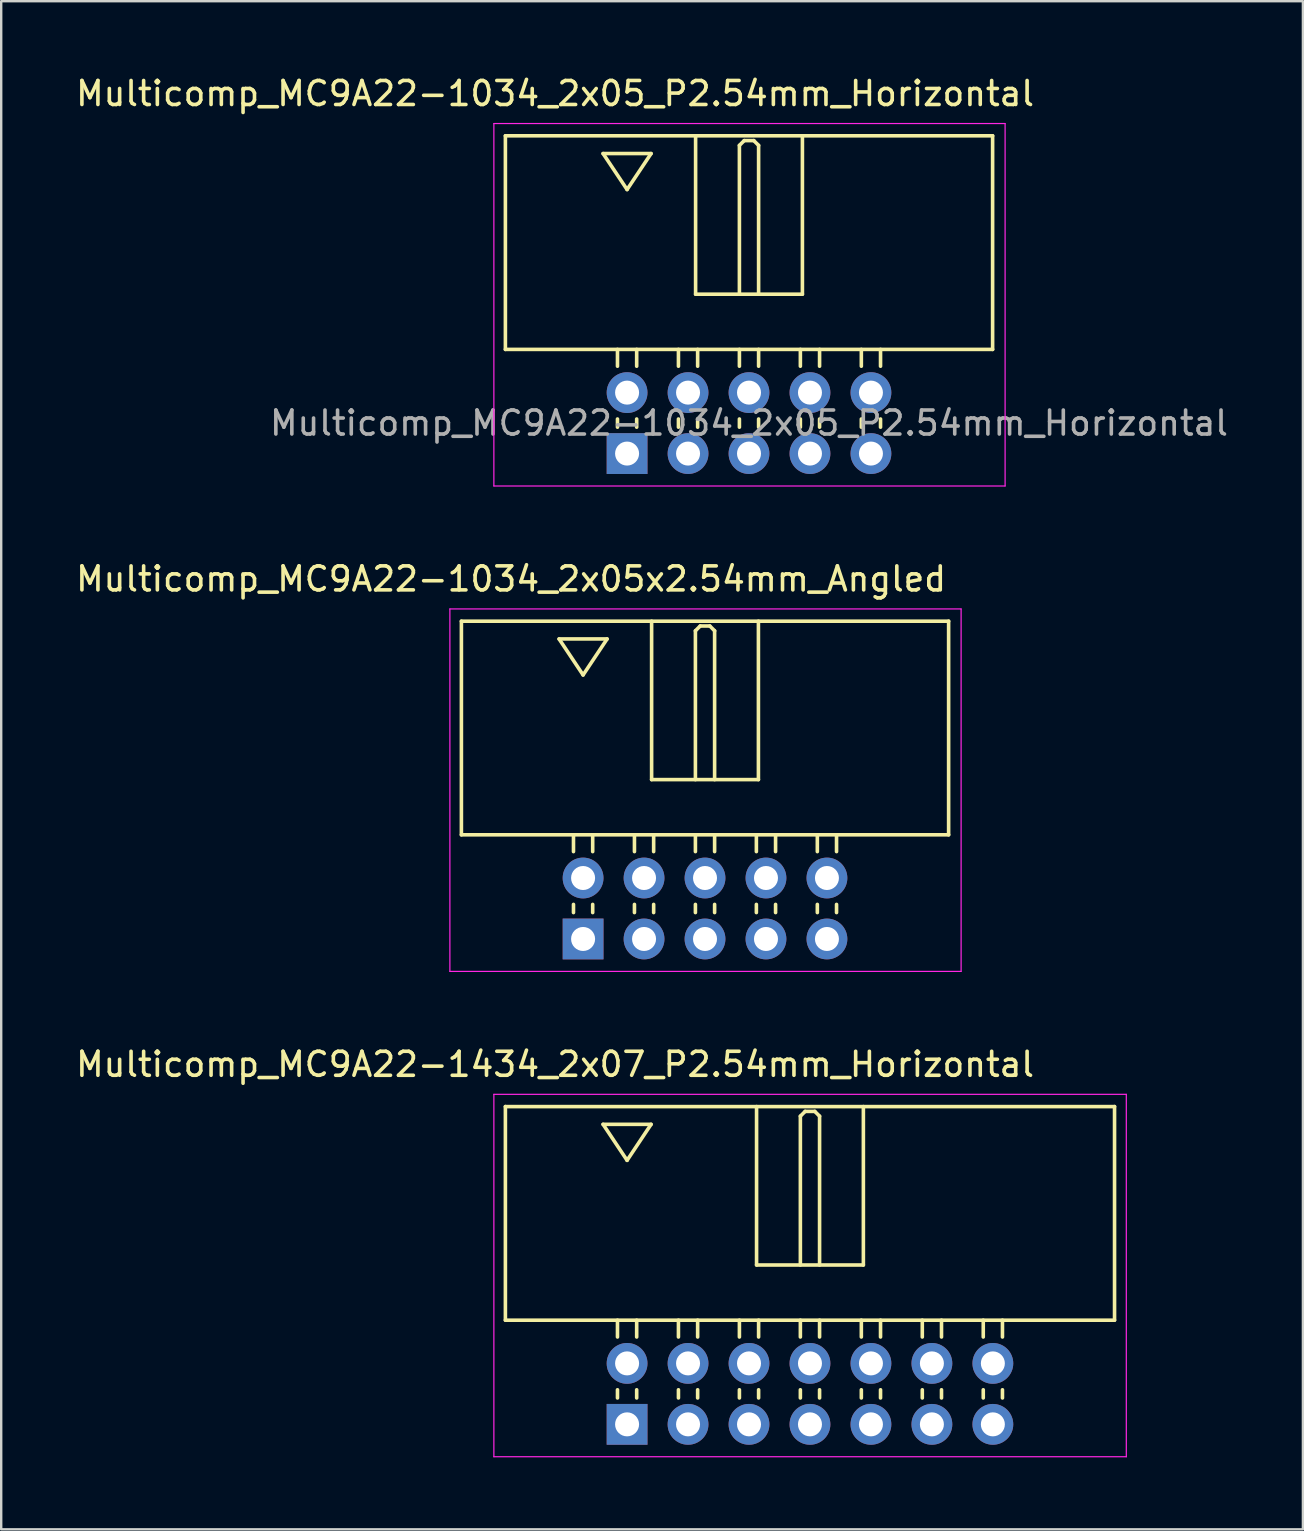
<source format=kicad_pcb>
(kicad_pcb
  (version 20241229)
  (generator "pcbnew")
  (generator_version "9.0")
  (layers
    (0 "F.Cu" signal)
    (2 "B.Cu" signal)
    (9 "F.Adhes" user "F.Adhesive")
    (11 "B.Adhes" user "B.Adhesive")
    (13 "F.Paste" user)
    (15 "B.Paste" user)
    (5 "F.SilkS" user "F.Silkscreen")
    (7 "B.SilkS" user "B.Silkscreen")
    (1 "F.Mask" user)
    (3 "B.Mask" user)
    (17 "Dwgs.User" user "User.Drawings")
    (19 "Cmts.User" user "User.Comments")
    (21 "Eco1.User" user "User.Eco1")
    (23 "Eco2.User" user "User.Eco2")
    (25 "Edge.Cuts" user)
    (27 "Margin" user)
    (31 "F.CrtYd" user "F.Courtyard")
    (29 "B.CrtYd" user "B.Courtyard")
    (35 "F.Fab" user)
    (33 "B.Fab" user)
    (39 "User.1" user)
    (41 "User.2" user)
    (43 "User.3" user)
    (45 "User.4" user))
  (footprint "Multicomp_MC9A22-1434_2x07_P2.54mm_Horizontal"
    (layer "F.Cu")
    (at 23.077 56.295)
    (property "Reference" "Multicomp_MC9A22-1434_2x07_P2.54mm_Horizontal" (at -3 -15 0) (layer "F.SilkS") (effects (font (size 1 1) (thickness 0.15))))
    (attr through_hole)
    (fp_line (start -5.07 -13.24) (end 20.31 -13.24) (stroke (width 0.15) (type solid)) (layer "F.SilkS"))
    (fp_line (start -5.07 -4.34) (end -5.07 -13.24) (stroke (width 0.15) (type solid)) (layer "F.SilkS"))
    (fp_line (start -1 -12.5) (end 1 -12.5) (stroke (width 0.15) (type solid)) (layer "F.SilkS"))
    (fp_line (start -0.4 -3.64) (end -0.4 -4.34) (stroke (width 0.15) (type solid)) (layer "F.SilkS"))
    (fp_line (start -0.4 -1.1) (end -0.4 -1.44) (stroke (width 0.15) (type solid)) (layer "F.SilkS"))
    (fp_line (start 0 -11) (end -1 -12.5) (stroke (width 0.15) (type solid)) (layer "F.SilkS"))
    (fp_line (start 0.4 -3.64) (end 0.4 -4.34) (stroke (width 0.15) (type solid)) (layer "F.SilkS"))
    (fp_line (start 0.4 -1.1) (end 0.4 -1.44) (stroke (width 0.15) (type solid)) (layer "F.SilkS"))
    (fp_line (start 1 -12.5) (end 0 -11) (stroke (width 0.15) (type solid)) (layer "F.SilkS"))
    (fp_line (start 2.14 -3.64) (end 2.14 -4.34) (stroke (width 0.15) (type solid)) (layer "F.SilkS"))
    (fp_line (start 2.14 -1.1) (end 2.14 -1.44) (stroke (width 0.15) (type solid)) (layer "F.SilkS"))
    (fp_line (start 2.94 -3.64) (end 2.94 -4.34) (stroke (width 0.15) (type solid)) (layer "F.SilkS"))
    (fp_line (start 2.94 -1.1) (end 2.94 -1.44) (stroke (width 0.15) (type solid)) (layer "F.SilkS"))
    (fp_line (start 4.68 -3.64) (end 4.68 -4.34) (stroke (width 0.15) (type solid)) (layer "F.SilkS"))
    (fp_line (start 4.68 -1.1) (end 4.68 -1.44) (stroke (width 0.15) (type solid)) (layer "F.SilkS"))
    (fp_line (start 5.395 -13.24) (end 5.395 -6.64) (stroke (width 0.15) (type solid)) (layer "F.SilkS"))
    (fp_line (start 5.395 -6.64) (end 9.845 -6.64) (stroke (width 0.15) (type solid)) (layer "F.SilkS"))
    (fp_line (start 5.48 -3.64) (end 5.48 -4.34) (stroke (width 0.15) (type solid)) (layer "F.SilkS"))
    (fp_line (start 5.48 -1.1) (end 5.48 -1.44) (stroke (width 0.15) (type solid)) (layer "F.SilkS"))
    (fp_line (start 7.22 -12.84) (end 7.42 -13.04) (stroke (width 0.15) (type solid)) (layer "F.SilkS"))
    (fp_line (start 7.22 -6.64) (end 7.22 -12.84) (stroke (width 0.15) (type solid)) (layer "F.SilkS"))
    (fp_line (start 7.22 -3.64) (end 7.22 -4.34) (stroke (width 0.15) (type solid)) (layer "F.SilkS"))
    (fp_line (start 7.22 -1.1) (end 7.22 -1.44) (stroke (width 0.15) (type solid)) (layer "F.SilkS"))
    (fp_line (start 7.42 -13.04) (end 7.82 -13.04) (stroke (width 0.15) (type solid)) (layer "F.SilkS"))
    (fp_line (start 7.82 -13.04) (end 8.02 -12.84) (stroke (width 0.15) (type solid)) (layer "F.SilkS"))
    (fp_line (start 8.02 -12.84) (end 8.02 -6.64) (stroke (width 0.15) (type solid)) (layer "F.SilkS"))
    (fp_line (start 8.02 -3.64) (end 8.02 -4.34) (stroke (width 0.15) (type solid)) (layer "F.SilkS"))
    (fp_line (start 8.02 -1.1) (end 8.02 -1.44) (stroke (width 0.15) (type solid)) (layer "F.SilkS"))
    (fp_line (start 9.76 -3.64) (end 9.76 -4.34) (stroke (width 0.15) (type solid)) (layer "F.SilkS"))
    (fp_line (start 9.76 -1.1) (end 9.76 -1.44) (stroke (width 0.15) (type solid)) (layer "F.SilkS"))
    (fp_line (start 9.845 -6.64) (end 9.845 -13.24) (stroke (width 0.15) (type solid)) (layer "F.SilkS"))
    (fp_line (start 10.56 -3.64) (end 10.56 -4.34) (stroke (width 0.15) (type solid)) (layer "F.SilkS"))
    (fp_line (start 10.56 -1.1) (end 10.56 -1.44) (stroke (width 0.15) (type solid)) (layer "F.SilkS"))
    (fp_line (start 12.3 -3.64) (end 12.3 -4.34) (stroke (width 0.15) (type solid)) (layer "F.SilkS"))
    (fp_line (start 12.3 -1.1) (end 12.3 -1.44) (stroke (width 0.15) (type solid)) (layer "F.SilkS"))
    (fp_line (start 13.1 -3.64) (end 13.1 -4.34) (stroke (width 0.15) (type solid)) (layer "F.SilkS"))
    (fp_line (start 13.1 -1.1) (end 13.1 -1.44) (stroke (width 0.15) (type solid)) (layer "F.SilkS"))
    (fp_line (start 14.84 -3.64) (end 14.84 -4.34) (stroke (width 0.15) (type solid)) (layer "F.SilkS"))
    (fp_line (start 14.84 -1.1) (end 14.84 -1.44) (stroke (width 0.15) (type solid)) (layer "F.SilkS"))
    (fp_line (start 15.64 -3.64) (end 15.64 -4.34) (stroke (width 0.15) (type solid)) (layer "F.SilkS"))
    (fp_line (start 15.64 -1.1) (end 15.64 -1.44) (stroke (width 0.15) (type solid)) (layer "F.SilkS"))
    (fp_line (start 20.31 -13.24) (end 20.31 -4.34) (stroke (width 0.15) (type solid)) (layer "F.SilkS"))
    (fp_line (start 20.31 -4.34) (end -5.07 -4.34) (stroke (width 0.15) (type solid)) (layer "F.SilkS"))
    (fp_line (start -5.55 -13.75) (end 20.8 -13.75) (stroke (width 0.05) (type solid)) (layer "F.CrtYd"))
    (fp_line (start -5.55 1.35) (end -5.55 -13.75) (stroke (width 0.05) (type solid)) (layer "F.CrtYd"))
    (fp_line (start 20.8 -13.75) (end 20.8 1.35) (stroke (width 0.05) (type solid)) (layer "F.CrtYd"))
    (fp_line (start 20.8 1.35) (end -5.55 1.35) (stroke (width 0.05) (type solid)) (layer "F.CrtYd"))
    (pad "1" thru_hole rect (at 0 0) (size 1.7 1.7) (drill 1) (layers "*.Cu" "*.Mask"))
    (pad "2" thru_hole circle (at 0 -2.54) (size 1.7 1.7) (drill 1) (layers "*.Cu" "*.Mask"))
    (pad "3" thru_hole circle (at 2.54 0) (size 1.7 1.7) (drill 1) (layers "*.Cu" "*.Mask"))
    (pad "4" thru_hole circle (at 2.54 -2.54) (size 1.7 1.7) (drill 1) (layers "*.Cu" "*.Mask"))
    (pad "5" thru_hole circle (at 5.08 0) (size 1.7 1.7) (drill 1) (layers "*.Cu" "*.Mask"))
    (pad "6" thru_hole circle (at 5.08 -2.54) (size 1.7 1.7) (drill 1) (layers "*.Cu" "*.Mask"))
    (pad "7" thru_hole circle (at 7.62 0) (size 1.7 1.7) (drill 1) (layers "*.Cu" "*.Mask"))
    (pad "8" thru_hole circle (at 7.62 -2.54) (size 1.7 1.7) (drill 1) (layers "*.Cu" "*.Mask"))
    (pad "9" thru_hole circle (at 10.16 0) (size 1.7 1.7) (drill 1) (layers "*.Cu" "*.Mask"))
    (pad "10" thru_hole circle (at 10.16 -2.54) (size 1.7 1.7) (drill 1) (layers "*.Cu" "*.Mask"))
    (pad "11" thru_hole circle (at 12.7 0) (size 1.7 1.7) (drill 1) (layers "*.Cu" "*.Mask"))
    (pad "12" thru_hole circle (at 12.7 -2.54) (size 1.7 1.7) (drill 1) (layers "*.Cu" "*.Mask"))
    (pad "13" thru_hole circle (at 15.24 0) (size 1.7 1.7) (drill 1) (layers "*.Cu" "*.Mask"))
    (pad "14" thru_hole circle (at 15.24 -2.54) (size 1.7 1.7) (drill 1) (layers "*.Cu" "*.Mask")))
  (footprint "Multicomp_MC9A22-1034_2x05_P2.54mm_Horizontal"
    (layer "F.Cu")
    (at 23.077 15.848)
    (property "Reference" "Multicomp_MC9A22-1034_2x05_P2.54mm_Horizontal" (at -3 -15 0) (layer "F.SilkS") (effects (font (size 1 1) (thickness 0.15))))
    (attr through_hole)
    (fp_line (start -5.07 -13.24) (end 15.23 -13.24) (stroke (width 0.15) (type solid)) (layer "F.SilkS"))
    (fp_line (start -5.07 -4.34) (end -5.07 -13.24) (stroke (width 0.15) (type solid)) (layer "F.SilkS"))
    (fp_line (start -1 -12.5) (end 1 -12.5) (stroke (width 0.15) (type solid)) (layer "F.SilkS"))
    (fp_line (start -0.4 -3.64) (end -0.4 -4.34) (stroke (width 0.15) (type solid)) (layer "F.SilkS"))
    (fp_line (start -0.4 -1.1) (end -0.4 -1.44) (stroke (width 0.15) (type solid)) (layer "F.SilkS"))
    (fp_line (start 0 -11) (end -1 -12.5) (stroke (width 0.15) (type solid)) (layer "F.SilkS"))
    (fp_line (start 0.4 -3.64) (end 0.4 -4.34) (stroke (width 0.15) (type solid)) (layer "F.SilkS"))
    (fp_line (start 0.4 -1.1) (end 0.4 -1.44) (stroke (width 0.15) (type solid)) (layer "F.SilkS"))
    (fp_line (start 1 -12.5) (end 0 -11) (stroke (width 0.15) (type solid)) (layer "F.SilkS"))
    (fp_line (start 2.14 -3.64) (end 2.14 -4.34) (stroke (width 0.15) (type solid)) (layer "F.SilkS"))
    (fp_line (start 2.14 -1.1) (end 2.14 -1.44) (stroke (width 0.15) (type solid)) (layer "F.SilkS"))
    (fp_line (start 2.855 -13.24) (end 2.855 -6.64) (stroke (width 0.15) (type solid)) (layer "F.SilkS"))
    (fp_line (start 2.855 -6.64) (end 7.305 -6.64) (stroke (width 0.15) (type solid)) (layer "F.SilkS"))
    (fp_line (start 2.94 -3.64) (end 2.94 -4.34) (stroke (width 0.15) (type solid)) (layer "F.SilkS"))
    (fp_line (start 2.94 -1.1) (end 2.94 -1.44) (stroke (width 0.15) (type solid)) (layer "F.SilkS"))
    (fp_line (start 4.68 -12.84) (end 4.88 -13.04) (stroke (width 0.15) (type solid)) (layer "F.SilkS"))
    (fp_line (start 4.68 -6.64) (end 4.68 -12.84) (stroke (width 0.15) (type solid)) (layer "F.SilkS"))
    (fp_line (start 4.68 -3.64) (end 4.68 -4.34) (stroke (width 0.15) (type solid)) (layer "F.SilkS"))
    (fp_line (start 4.68 -1.1) (end 4.68 -1.44) (stroke (width 0.15) (type solid)) (layer "F.SilkS"))
    (fp_line (start 4.88 -13.04) (end 5.28 -13.04) (stroke (width 0.15) (type solid)) (layer "F.SilkS"))
    (fp_line (start 5.28 -13.04) (end 5.48 -12.84) (stroke (width 0.15) (type solid)) (layer "F.SilkS"))
    (fp_line (start 5.48 -12.84) (end 5.48 -6.64) (stroke (width 0.15) (type solid)) (layer "F.SilkS"))
    (fp_line (start 5.48 -3.64) (end 5.48 -4.34) (stroke (width 0.15) (type solid)) (layer "F.SilkS"))
    (fp_line (start 5.48 -1.1) (end 5.48 -1.44) (stroke (width 0.15) (type solid)) (layer "F.SilkS"))
    (fp_line (start 7.22 -3.64) (end 7.22 -4.34) (stroke (width 0.15) (type solid)) (layer "F.SilkS"))
    (fp_line (start 7.22 -1.1) (end 7.22 -1.44) (stroke (width 0.15) (type solid)) (layer "F.SilkS"))
    (fp_line (start 7.305 -6.64) (end 7.305 -13.24) (stroke (width 0.15) (type solid)) (layer "F.SilkS"))
    (fp_line (start 8.02 -3.64) (end 8.02 -4.34) (stroke (width 0.15) (type solid)) (layer "F.SilkS"))
    (fp_line (start 8.02 -1.1) (end 8.02 -1.44) (stroke (width 0.15) (type solid)) (layer "F.SilkS"))
    (fp_line (start 9.76 -3.64) (end 9.76 -4.34) (stroke (width 0.15) (type solid)) (layer "F.SilkS"))
    (fp_line (start 9.76 -1.1) (end 9.76 -1.44) (stroke (width 0.15) (type solid)) (layer "F.SilkS"))
    (fp_line (start 10.56 -3.64) (end 10.56 -4.34) (stroke (width 0.15) (type solid)) (layer "F.SilkS"))
    (fp_line (start 10.56 -1.1) (end 10.56 -1.44) (stroke (width 0.15) (type solid)) (layer "F.SilkS"))
    (fp_line (start 15.23 -13.24) (end 15.23 -4.34) (stroke (width 0.15) (type solid)) (layer "F.SilkS"))
    (fp_line (start 15.23 -4.34) (end -5.07 -4.34) (stroke (width 0.15) (type solid)) (layer "F.SilkS"))
    (fp_line (start -5.55 -13.75) (end 15.75 -13.75) (stroke (width 0.05) (type solid)) (layer "F.CrtYd"))
    (fp_line (start -5.55 1.35) (end -5.55 -13.75) (stroke (width 0.05) (type solid)) (layer "F.CrtYd"))
    (fp_line (start 15.75 -13.75) (end 15.75 1.35) (stroke (width 0.05) (type solid)) (layer "F.CrtYd"))
    (fp_line (start 15.75 1.35) (end -5.55 1.35) (stroke (width 0.05) (type solid)) (layer "F.CrtYd"))
    (fp_text user "${REFERENCE}" (at 5.08 -1.27 0) (layer "F.Fab") (effects (font (size 1 1) (thickness 0.15))))
    (pad "1" thru_hole rect (at 0 0) (size 1.7 1.7) (drill 1) (layers "*.Cu" "*.Mask"))
    (pad "2" thru_hole circle (at 0 -2.54) (size 1.7 1.7) (drill 1) (layers "*.Cu" "*.Mask"))
    (pad "3" thru_hole circle (at 2.54 0) (size 1.7 1.7) (drill 1) (layers "*.Cu" "*.Mask"))
    (pad "4" thru_hole circle (at 2.54 -2.54) (size 1.7 1.7) (drill 1) (layers "*.Cu" "*.Mask"))
    (pad "5" thru_hole circle (at 5.08 0) (size 1.7 1.7) (drill 1) (layers "*.Cu" "*.Mask"))
    (pad "6" thru_hole circle (at 5.08 -2.54) (size 1.7 1.7) (drill 1) (layers "*.Cu" "*.Mask"))
    (pad "7" thru_hole circle (at 7.62 0) (size 1.7 1.7) (drill 1) (layers "*.Cu" "*.Mask"))
    (pad "8" thru_hole circle (at 7.62 -2.54) (size 1.7 1.7) (drill 1) (layers "*.Cu" "*.Mask"))
    (pad "9" thru_hole circle (at 10.16 0) (size 1.7 1.7) (drill 1) (layers "*.Cu" "*.Mask"))
    (pad "10" thru_hole circle (at 10.16 -2.54) (size 1.7 1.7) (drill 1) (layers "*.Cu" "*.Mask")))
  (footprint "Multicomp_MC9A22-1034_2x05x2.54mm_Angled"
    (layer "F.Cu")
    (at 21.244 36.072)
    (property "Reference" "Multicomp_MC9A22-1034_2x05x2.54mm_Angled" (at -3 -15 0) (layer "F.SilkS") (effects (font (size 1 1) (thickness 0.15))))
    (attr through_hole)
    (fp_line (start -5.07 -13.24) (end 15.23 -13.24) (stroke (width 0.15) (type solid)) (layer "F.SilkS"))
    (fp_line (start -5.07 -4.34) (end -5.07 -13.24) (stroke (width 0.15) (type solid)) (layer "F.SilkS"))
    (fp_line (start -1 -12.5) (end 1 -12.5) (stroke (width 0.15) (type solid)) (layer "F.SilkS"))
    (fp_line (start -0.4 -3.64) (end -0.4 -4.34) (stroke (width 0.15) (type solid)) (layer "F.SilkS"))
    (fp_line (start -0.4 -1.1) (end -0.4 -1.44) (stroke (width 0.15) (type solid)) (layer "F.SilkS"))
    (fp_line (start 0 -11) (end -1 -12.5) (stroke (width 0.15) (type solid)) (layer "F.SilkS"))
    (fp_line (start 0.4 -3.64) (end 0.4 -4.34) (stroke (width 0.15) (type solid)) (layer "F.SilkS"))
    (fp_line (start 0.4 -1.1) (end 0.4 -1.44) (stroke (width 0.15) (type solid)) (layer "F.SilkS"))
    (fp_line (start 1 -12.5) (end 0 -11) (stroke (width 0.15) (type solid)) (layer "F.SilkS"))
    (fp_line (start 2.14 -3.64) (end 2.14 -4.34) (stroke (width 0.15) (type solid)) (layer "F.SilkS"))
    (fp_line (start 2.14 -1.1) (end 2.14 -1.44) (stroke (width 0.15) (type solid)) (layer "F.SilkS"))
    (fp_line (start 2.855 -13.24) (end 2.855 -6.64) (stroke (width 0.15) (type solid)) (layer "F.SilkS"))
    (fp_line (start 2.855 -6.64) (end 7.305 -6.64) (stroke (width 0.15) (type solid)) (layer "F.SilkS"))
    (fp_line (start 2.94 -3.64) (end 2.94 -4.34) (stroke (width 0.15) (type solid)) (layer "F.SilkS"))
    (fp_line (start 2.94 -1.1) (end 2.94 -1.44) (stroke (width 0.15) (type solid)) (layer "F.SilkS"))
    (fp_line (start 4.68 -12.84) (end 4.88 -13.04) (stroke (width 0.15) (type solid)) (layer "F.SilkS"))
    (fp_line (start 4.68 -6.64) (end 4.68 -12.84) (stroke (width 0.15) (type solid)) (layer "F.SilkS"))
    (fp_line (start 4.68 -3.64) (end 4.68 -4.34) (stroke (width 0.15) (type solid)) (layer "F.SilkS"))
    (fp_line (start 4.68 -1.1) (end 4.68 -1.44) (stroke (width 0.15) (type solid)) (layer "F.SilkS"))
    (fp_line (start 4.88 -13.04) (end 5.28 -13.04) (stroke (width 0.15) (type solid)) (layer "F.SilkS"))
    (fp_line (start 5.28 -13.04) (end 5.48 -12.84) (stroke (width 0.15) (type solid)) (layer "F.SilkS"))
    (fp_line (start 5.48 -12.84) (end 5.48 -6.64) (stroke (width 0.15) (type solid)) (layer "F.SilkS"))
    (fp_line (start 5.48 -3.64) (end 5.48 -4.34) (stroke (width 0.15) (type solid)) (layer "F.SilkS"))
    (fp_line (start 5.48 -1.1) (end 5.48 -1.44) (stroke (width 0.15) (type solid)) (layer "F.SilkS"))
    (fp_line (start 7.22 -3.64) (end 7.22 -4.34) (stroke (width 0.15) (type solid)) (layer "F.SilkS"))
    (fp_line (start 7.22 -1.1) (end 7.22 -1.44) (stroke (width 0.15) (type solid)) (layer "F.SilkS"))
    (fp_line (start 7.305 -6.64) (end 7.305 -13.24) (stroke (width 0.15) (type solid)) (layer "F.SilkS"))
    (fp_line (start 8.02 -3.64) (end 8.02 -4.34) (stroke (width 0.15) (type solid)) (layer "F.SilkS"))
    (fp_line (start 8.02 -1.1) (end 8.02 -1.44) (stroke (width 0.15) (type solid)) (layer "F.SilkS"))
    (fp_line (start 9.76 -3.64) (end 9.76 -4.34) (stroke (width 0.15) (type solid)) (layer "F.SilkS"))
    (fp_line (start 9.76 -1.1) (end 9.76 -1.44) (stroke (width 0.15) (type solid)) (layer "F.SilkS"))
    (fp_line (start 10.56 -3.64) (end 10.56 -4.34) (stroke (width 0.15) (type solid)) (layer "F.SilkS"))
    (fp_line (start 10.56 -1.1) (end 10.56 -1.44) (stroke (width 0.15) (type solid)) (layer "F.SilkS"))
    (fp_line (start 15.23 -13.24) (end 15.23 -4.34) (stroke (width 0.15) (type solid)) (layer "F.SilkS"))
    (fp_line (start 15.23 -4.34) (end -5.07 -4.34) (stroke (width 0.15) (type solid)) (layer "F.SilkS"))
    (fp_line (start -5.55 -13.75) (end 15.75 -13.75) (stroke (width 0.05) (type solid)) (layer "F.CrtYd"))
    (fp_line (start -5.55 1.35) (end -5.55 -13.75) (stroke (width 0.05) (type solid)) (layer "F.CrtYd"))
    (fp_line (start 15.75 -13.75) (end 15.75 1.35) (stroke (width 0.05) (type solid)) (layer "F.CrtYd"))
    (fp_line (start 15.75 1.35) (end -5.55 1.35) (stroke (width 0.05) (type solid)) (layer "F.CrtYd"))
    (pad "1" thru_hole rect (at 0 0) (size 1.7 1.7) (drill 1) (layers "*.Cu" "*.Mask"))
    (pad "2" thru_hole circle (at 0 -2.54) (size 1.7 1.7) (drill 1) (layers "*.Cu" "*.Mask"))
    (pad "3" thru_hole circle (at 2.54 0) (size 1.7 1.7) (drill 1) (layers "*.Cu" "*.Mask"))
    (pad "4" thru_hole circle (at 2.54 -2.54) (size 1.7 1.7) (drill 1) (layers "*.Cu" "*.Mask"))
    (pad "5" thru_hole circle (at 5.08 0) (size 1.7 1.7) (drill 1) (layers "*.Cu" "*.Mask"))
    (pad "6" thru_hole circle (at 5.08 -2.54) (size 1.7 1.7) (drill 1) (layers "*.Cu" "*.Mask"))
    (pad "7" thru_hole circle (at 7.62 0) (size 1.7 1.7) (drill 1) (layers "*.Cu" "*.Mask"))
    (pad "8" thru_hole circle (at 7.62 -2.54) (size 1.7 1.7) (drill 1) (layers "*.Cu" "*.Mask"))
    (pad "9" thru_hole circle (at 10.16 0) (size 1.7 1.7) (drill 1) (layers "*.Cu" "*.Mask"))
    (pad "10" thru_hole circle (at 10.16 -2.54) (size 1.7 1.7) (drill 1) (layers "*.Cu" "*.Mask")))
  (gr_rect
    (start -3 -3)
    (end 51.235 60.67)
    (stroke (width 0.1) (type default))
    (fill no)
    (layer "Edge.Cuts")))
</source>
